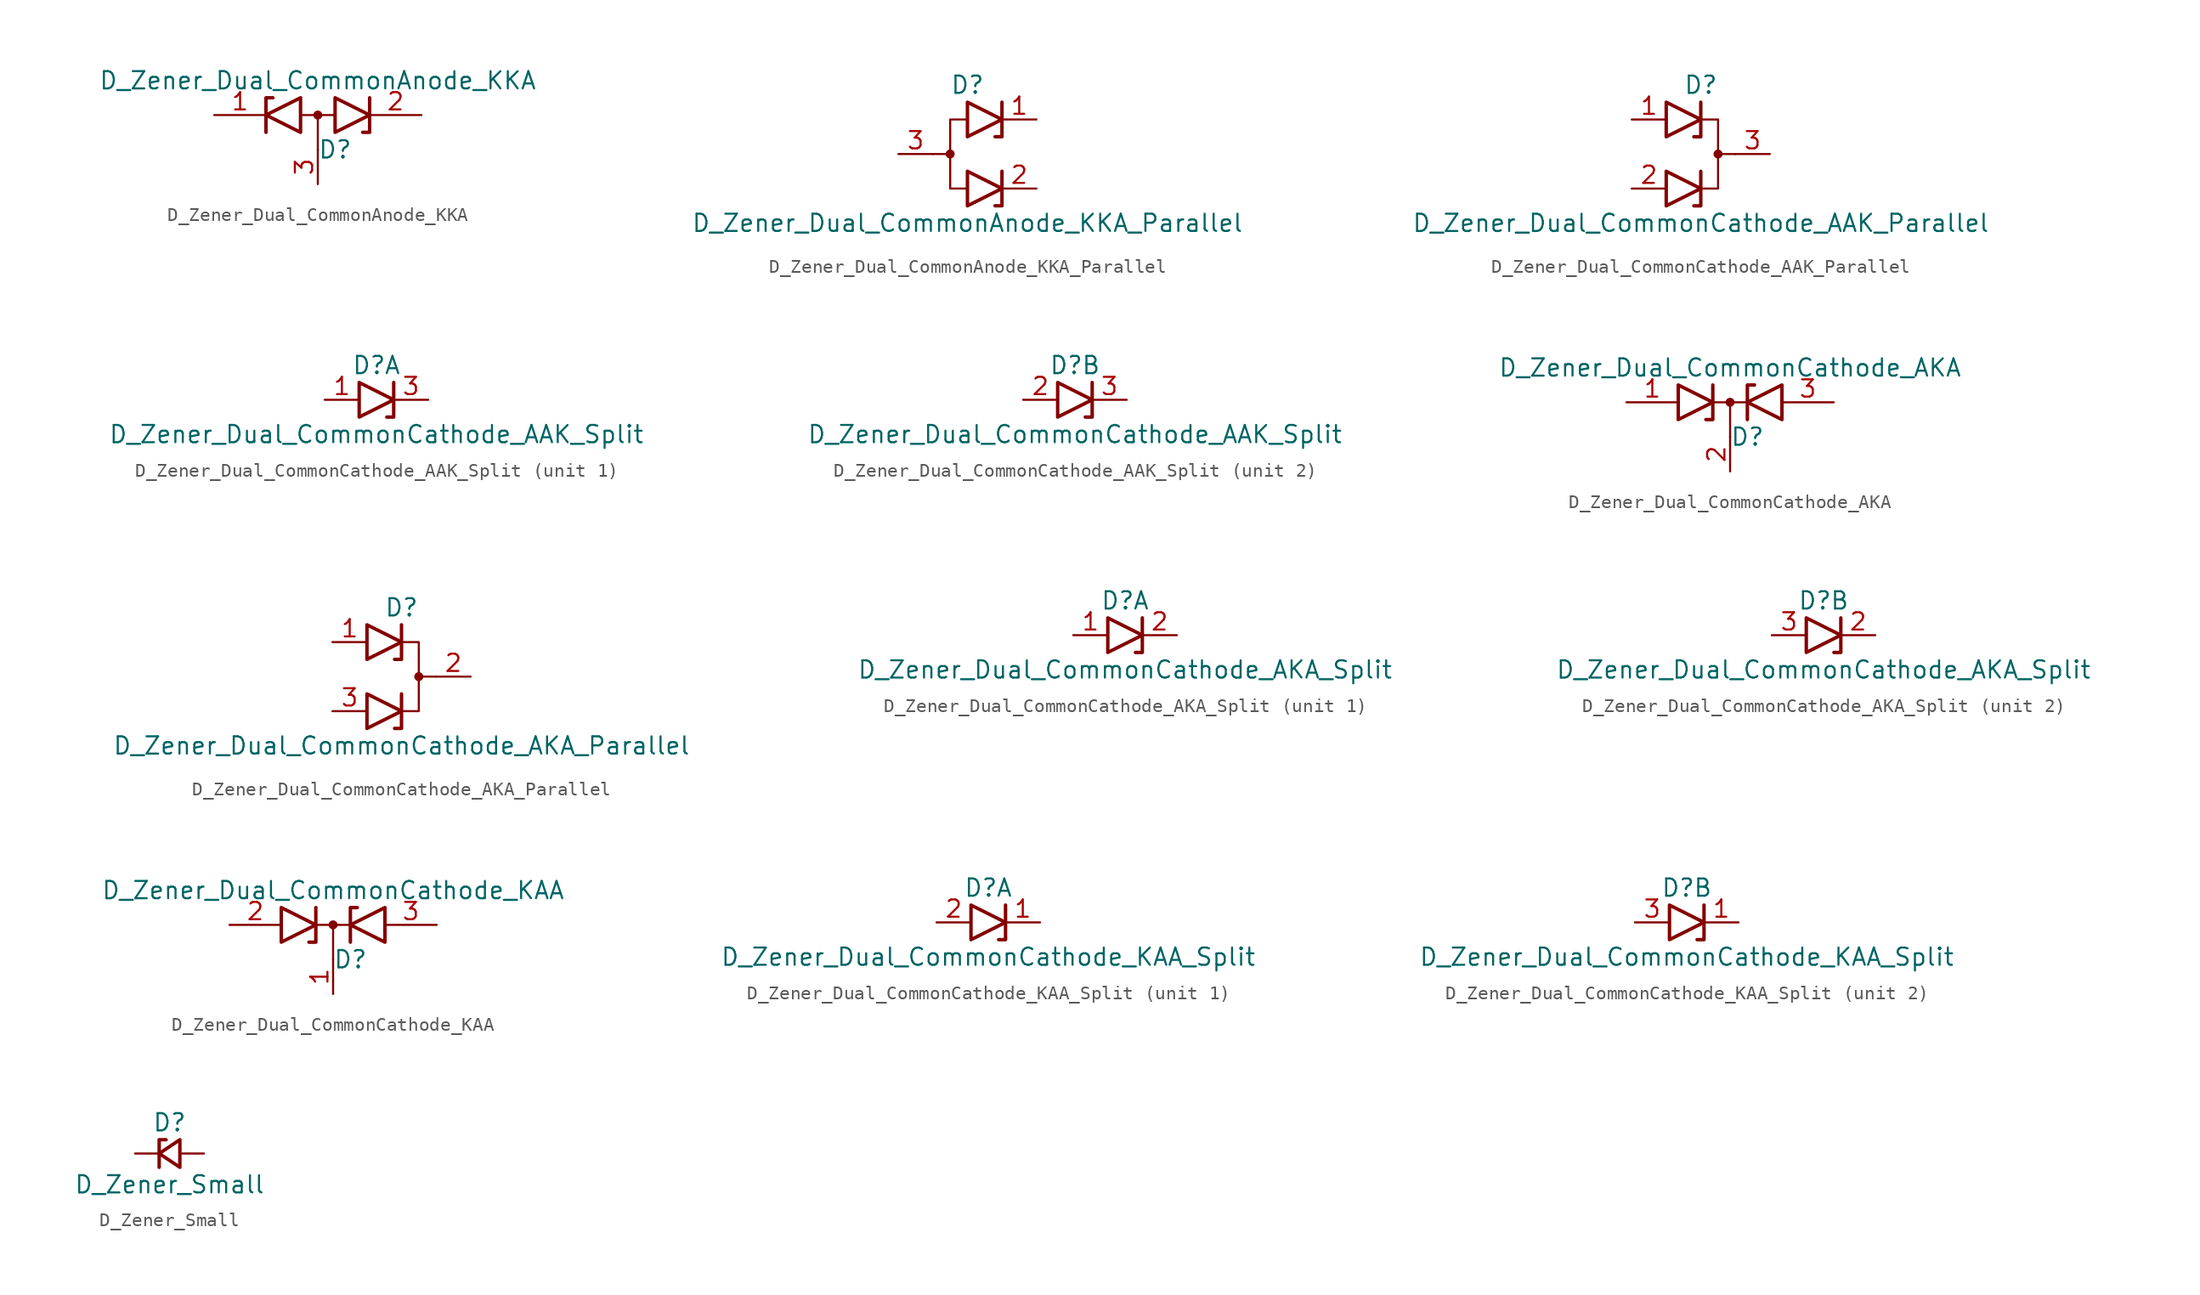
<source format=kicad_sym>
(kicad_symbol_lib
  (version 20241209)
  (generator "kicad_symbol_editor")
  (generator_version "9.0")
  (symbol "D_Zener_Dual_CommonAnode_KKA"
    (pin_names
      (offset 0.762)
      (hide yes))
    (property "Reference" "D"
      (at 1.27 -2.54 0)
      (effects (font (size 1.27 1.27))))
    (property "Value" "D_Zener_Dual_CommonAnode_KKA"
      (at 0 2.54 0)
      (effects (font (size 1.27 1.27))))
    (symbol "D_Zener_Dual_CommonAnode_KKA_0_1"
      (polyline (pts (xy -3.81 -1.27) (xy -3.81 1.27) (xy -3.302 1.27)) (stroke (width 0.254) (type default)) (fill (type none)))
      (polyline (pts (xy -1.27 0) (xy 1.27 0)) (stroke (width 0) (type default)) (fill (type none)))
      (polyline (pts (xy -1.27 -1.27) (xy -3.81 0) (xy -1.27 1.27) (xy -1.27 -1.27) (xy -1.27 -1.27) (xy -1.27 -1.27)) (stroke (width 0.254) (type default)) (fill (type none)))
      (polyline (pts (xy 0 0) (xy 0 -2.54)) (stroke (width 0) (type default)) (fill (type none)))
      (circle (center 0 0) (radius 0.254) (stroke (width 0) (type default)) (fill (type outline)))
      (polyline (pts (xy 1.27 1.27) (xy 3.81 0) (xy 1.27 -1.27) (xy 1.27 1.27) (xy 1.27 1.27) (xy 1.27 1.27)) (stroke (width 0.254) (type default)) (fill (type none)))
      (polyline (pts (xy 3.302 -1.27) (xy 3.81 -1.27) (xy 3.81 1.27)) (stroke (width 0.254) (type default)) (fill (type none)))
      (pin passive line (at -7.62 0 0) (length 3.81) (name "K" (effects (font (size 1.27 1.27)))) (number "1" (effects (font (size 1.27 1.27)))))
      (pin passive line (at 0 -5.08 90) (length 2.54) (name "A" (effects (font (size 1.27 1.27)))) (number "3" (effects (font (size 1.27 1.27)))))
      (pin passive line (at 7.62 0 180) (length 3.81) (name "K" (effects (font (size 1.27 1.27)))) (number "2" (effects (font (size 1.27 1.27)))))))
  (symbol "D_Zener_Dual_CommonAnode_KKA_Parallel"
    (pin_names
      (offset 0.762)
      (hide yes))
    (property "Reference" "D"
      (at 0 5.08 0)
      (effects (font (size 1.27 1.27))))
    (property "Value" "D_Zener_Dual_CommonAnode_KKA_Parallel"
      (at 0 -5.08 0)
      (effects (font (size 1.27 1.27))))
    (symbol "D_Zener_Dual_CommonAnode_KKA_Parallel_0_0"
      (polyline (pts (xy 2.032 1.27) (xy 2.54 1.27) (xy 2.54 3.81)) (stroke (width 0.254) (type default)) (fill (type none)))
      (polyline (pts (xy 2.54 -1.27) (xy 2.54 -3.81) (xy 2.032 -3.81)) (stroke (width 0.254) (type default)) (fill (type none))))
    (symbol "D_Zener_Dual_CommonAnode_KKA_Parallel_0_1"
      (circle (center -1.27 0) (radius 0.254) (stroke (width 0) (type default)) (fill (type outline)))
      (polyline (pts (xy -1.27 0) (xy -2.54 0)) (stroke (width 0) (type default)) (fill (type none)))
      (polyline (pts (xy 0 3.81) (xy 2.54 2.54) (xy 0 1.27) (xy 0 3.81) (xy 0 3.81) (xy 0 3.81)) (stroke (width 0.254) (type default)) (fill (type none)))
      (polyline (pts (xy 0 2.54) (xy -1.27 2.54) (xy -1.27 -2.54) (xy 0 -2.54)) (stroke (width 0) (type default)) (fill (type none)))
      (polyline (pts (xy 0 -1.27) (xy 2.54 -2.54) (xy 0 -3.81) (xy 0 -1.27) (xy 0 -1.27) (xy 0 -1.27)) (stroke (width 0.254) (type default)) (fill (type none)))
      (pin passive line (at -5.08 0 0) (length 2.54) (name "A" (effects (font (size 1.27 1.27)))) (number "3" (effects (font (size 1.27 1.27)))))
      (pin passive line (at 5.08 2.54 180) (length 2.54) (name "K" (effects (font (size 1.27 1.27)))) (number "1" (effects (font (size 1.27 1.27)))))
      (pin passive line (at 5.08 -2.54 180) (length 2.54) (name "K" (effects (font (size 1.27 1.27)))) (number "2" (effects (font (size 1.27 1.27)))))))
  (symbol "D_Zener_Dual_CommonCathode_AAK_Parallel"
    (pin_names
      (offset 0.762)
      (hide yes))
    (property "Reference" "D"
      (at 0 5.08 0)
      (effects (font (size 1.27 1.27))))
    (property "Value" "D_Zener_Dual_CommonCathode_AAK_Parallel"
      (at 0 -5.08 0)
      (effects (font (size 1.27 1.27))))
    (symbol "D_Zener_Dual_CommonCathode_AAK_Parallel_0_0"
      (polyline (pts (xy 0 3.81) (xy 0 1.27) (xy -0.508 1.27)) (stroke (width 0.254) (type default)) (fill (type none)))
      (polyline (pts (xy 0 -1.27) (xy 0 -3.81) (xy -0.508 -3.81)) (stroke (width 0.254) (type default)) (fill (type none))))
    (symbol "D_Zener_Dual_CommonCathode_AAK_Parallel_0_1"
      (polyline (pts (xy -2.54 3.81) (xy 0 2.54) (xy -2.54 1.27) (xy -2.54 3.81) (xy -2.54 3.81) (xy -2.54 3.81)) (stroke (width 0.254) (type default)) (fill (type none)))
      (polyline (pts (xy -2.54 -1.27) (xy 0 -2.54) (xy -2.54 -3.81) (xy -2.54 -1.27) (xy -2.54 -1.27) (xy -2.54 -1.27)) (stroke (width 0.254) (type default)) (fill (type none)))
      (polyline (pts (xy 0 -2.54) (xy 1.27 -2.54) (xy 1.27 2.54) (xy 0 2.54)) (stroke (width 0) (type default)) (fill (type none)))
      (polyline (pts (xy 1.27 0) (xy 2.54 0)) (stroke (width 0) (type default)) (fill (type none)))
      (circle (center 1.27 0) (radius 0.254) (stroke (width 0) (type default)) (fill (type outline)))
      (pin passive line (at -5.08 2.54 0) (length 2.54) (name "A" (effects (font (size 1.27 1.27)))) (number "1" (effects (font (size 1.27 1.27)))))
      (pin passive line (at -5.08 -2.54 0) (length 2.54) (name "A" (effects (font (size 1.27 1.27)))) (number "2" (effects (font (size 1.27 1.27)))))
      (pin passive line (at 5.08 0 180) (length 2.54) (name "K" (effects (font (size 1.27 1.27)))) (number "3" (effects (font (size 1.27 1.27)))))))
  (symbol "D_Zener_Dual_CommonCathode_AAK_Split"
    (pin_names
      (offset 0.762)
      (hide yes))
    (property "Reference" "D"
      (at 0 2.54 0)
      (effects (font (size 1.27 1.27))))
    (property "Value" "D_Zener_Dual_CommonCathode_AAK_Split"
      (at 0 -2.54 0)
      (effects (font (size 1.27 1.27))))
    (property "ki_locked" ""
      (at 0 0 0)
      (effects (font (size 1.27 1.27))))
    (symbol "D_Zener_Dual_CommonCathode_AAK_Split_0_0"
      (polyline (pts (xy 1.27 1.27) (xy 1.27 -1.27) (xy 0.762 -1.27)) (stroke (width 0.254) (type default)) (fill (type none))))
    (symbol "D_Zener_Dual_CommonCathode_AAK_Split_0_1"
      (polyline (pts (xy -1.27 1.27) (xy 1.27 0) (xy -1.27 -1.27) (xy -1.27 1.27) (xy -1.27 1.27) (xy -1.27 1.27)) (stroke (width 0.254) (type default)) (fill (type none)))
      (pin passive line (at 3.81 0 180) (length 2.54) (name "K" (effects (font (size 1.27 1.27)))) (number "3" (effects (font (size 1.27 1.27))))))
    (symbol "D_Zener_Dual_CommonCathode_AAK_Split_1_1"
      (pin passive line (at -3.81 0 0) (length 2.54) (name "A" (effects (font (size 1.27 1.27)))) (number "1" (effects (font (size 1.27 1.27))))))
    (symbol "D_Zener_Dual_CommonCathode_AAK_Split_2_1"
      (pin passive line (at -3.81 0 0) (length 2.54) (name "A" (effects (font (size 1.27 1.27)))) (number "2" (effects (font (size 1.27 1.27)))))))
  (symbol "D_Zener_Dual_CommonCathode_AKA"
    (pin_names
      (offset 0.762)
      (hide yes))
    (property "Reference" "D"
      (at 1.27 -2.54 0)
      (effects (font (size 1.27 1.27))))
    (property "Value" "D_Zener_Dual_CommonCathode_AKA"
      (at 0 2.54 0)
      (effects (font (size 1.27 1.27))))
    (symbol "D_Zener_Dual_CommonCathode_AKA_0_1"
      (polyline (pts (xy -3.81 1.27) (xy -1.27 0) (xy -3.81 -1.27) (xy -3.81 1.27) (xy -3.81 1.27) (xy -3.81 1.27)) (stroke (width 0.254) (type default)) (fill (type none)))
      (polyline (pts (xy -1.778 -1.27) (xy -1.27 -1.27) (xy -1.27 1.27)) (stroke (width 0.254) (type default)) (fill (type none)))
      (polyline (pts (xy 0 0) (xy 0 -2.54)) (stroke (width 0) (type default)) (fill (type none)))
      (circle (center 0 0) (radius 0.254) (stroke (width 0) (type default)) (fill (type outline)))
      (polyline (pts (xy 1.27 0) (xy -1.27 0)) (stroke (width 0) (type default)) (fill (type none)))
      (polyline (pts (xy 1.27 -1.27) (xy 1.27 1.27) (xy 1.778 1.27)) (stroke (width 0.254) (type default)) (fill (type none)))
      (polyline (pts (xy 1.778 1.27) (xy 1.778 1.27)) (stroke (width 0.254) (type default)) (fill (type none)))
      (polyline (pts (xy 3.81 -1.27) (xy 1.27 0) (xy 3.81 1.27) (xy 3.81 -1.27) (xy 3.81 -1.27) (xy 3.81 -1.27)) (stroke (width 0.254) (type default)) (fill (type none)))
      (pin passive line (at -7.62 0 0) (length 3.81) (name "A" (effects (font (size 1.27 1.27)))) (number "1" (effects (font (size 1.27 1.27)))))
      (pin passive line (at 0 -5.08 90) (length 2.54) (name "K" (effects (font (size 1.27 1.27)))) (number "2" (effects (font (size 1.27 1.27)))))
      (pin passive line (at 7.62 0 180) (length 3.81) (name "A" (effects (font (size 1.27 1.27)))) (number "3" (effects (font (size 1.27 1.27)))))))
  (symbol "D_Zener_Dual_CommonCathode_AKA_Parallel"
    (pin_names
      (offset 0.762)
      (hide yes))
    (property "Reference" "D"
      (at 0 5.08 0)
      (effects (font (size 1.27 1.27))))
    (property "Value" "D_Zener_Dual_CommonCathode_AKA_Parallel"
      (at 0 -5.08 0)
      (effects (font (size 1.27 1.27))))
    (symbol "D_Zener_Dual_CommonCathode_AKA_Parallel_0_0"
      (polyline (pts (xy 0 3.81) (xy 0 1.27) (xy -0.508 1.27)) (stroke (width 0.254) (type default)) (fill (type none)))
      (polyline (pts (xy 0 -1.27) (xy 0 -3.81) (xy -0.508 -3.81)) (stroke (width 0.254) (type default)) (fill (type none))))
    (symbol "D_Zener_Dual_CommonCathode_AKA_Parallel_0_1"
      (polyline (pts (xy -2.54 3.81) (xy 0 2.54) (xy -2.54 1.27) (xy -2.54 3.81) (xy -2.54 3.81) (xy -2.54 3.81)) (stroke (width 0.254) (type default)) (fill (type none)))
      (polyline (pts (xy -2.54 -1.27) (xy 0 -2.54) (xy -2.54 -3.81) (xy -2.54 -1.27) (xy -2.54 -1.27) (xy -2.54 -1.27)) (stroke (width 0.254) (type default)) (fill (type none)))
      (polyline (pts (xy 0 -2.54) (xy 1.27 -2.54) (xy 1.27 2.54) (xy 0 2.54)) (stroke (width 0) (type default)) (fill (type none)))
      (polyline (pts (xy 1.27 0) (xy 2.54 0)) (stroke (width 0) (type default)) (fill (type none)))
      (circle (center 1.27 0) (radius 0.254) (stroke (width 0) (type default)) (fill (type outline)))
      (pin passive line (at -5.08 2.54 0) (length 2.54) (name "A" (effects (font (size 1.27 1.27)))) (number "1" (effects (font (size 1.27 1.27)))))
      (pin passive line (at -5.08 -2.54 0) (length 2.54) (name "A" (effects (font (size 1.27 1.27)))) (number "3" (effects (font (size 1.27 1.27)))))
      (pin passive line (at 5.08 0 180) (length 2.54) (name "K" (effects (font (size 1.27 1.27)))) (number "2" (effects (font (size 1.27 1.27)))))))
  (symbol "D_Zener_Dual_CommonCathode_AKA_Split"
    (pin_names
      (offset 0.762)
      (hide yes))
    (property "Reference" "D"
      (at 0 2.54 0)
      (effects (font (size 1.27 1.27))))
    (property "Value" "D_Zener_Dual_CommonCathode_AKA_Split"
      (at 0 -2.54 0)
      (effects (font (size 1.27 1.27))))
    (property "ki_locked" ""
      (at 0 0 0)
      (effects (font (size 1.27 1.27))))
    (symbol "D_Zener_Dual_CommonCathode_AKA_Split_0_0"
      (polyline (pts (xy 1.27 1.27) (xy 1.27 -1.27) (xy 0.762 -1.27)) (stroke (width 0.254) (type default)) (fill (type none))))
    (symbol "D_Zener_Dual_CommonCathode_AKA_Split_0_1"
      (polyline (pts (xy -1.27 1.27) (xy 1.27 0) (xy -1.27 -1.27) (xy -1.27 1.27) (xy -1.27 1.27) (xy -1.27 1.27)) (stroke (width 0.254) (type default)) (fill (type none)))
      (pin passive line (at 3.81 0 180) (length 2.54) (name "K" (effects (font (size 1.27 1.27)))) (number "2" (effects (font (size 1.27 1.27))))))
    (symbol "D_Zener_Dual_CommonCathode_AKA_Split_1_1"
      (pin passive line (at -3.81 0 0) (length 2.54) (name "A" (effects (font (size 1.27 1.27)))) (number "1" (effects (font (size 1.27 1.27))))))
    (symbol "D_Zener_Dual_CommonCathode_AKA_Split_2_1"
      (pin passive line (at -3.81 0 0) (length 2.54) (name "A" (effects (font (size 1.27 1.27)))) (number "3" (effects (font (size 1.27 1.27)))))))
  (symbol "D_Zener_Dual_CommonCathode_KAA"
    (pin_names
      (offset 0.762)
      (hide yes))
    (property "Reference" "D"
      (at 1.27 -2.54 0)
      (effects (font (size 1.27 1.27))))
    (property "Value" "D_Zener_Dual_CommonCathode_KAA"
      (at 0 2.54 0)
      (effects (font (size 1.27 1.27))))
    (symbol "D_Zener_Dual_CommonCathode_KAA_0_1"
      (polyline (pts (xy -3.81 1.27) (xy -1.27 0) (xy -3.81 -1.27) (xy -3.81 1.27) (xy -3.81 1.27) (xy -3.81 1.27)) (stroke (width 0.254) (type default)) (fill (type none)))
      (polyline (pts (xy -1.27 1.27) (xy -1.27 -1.27) (xy -1.778 -1.27)) (stroke (width 0.254) (type default)) (fill (type none)))
      (polyline (pts (xy -1.27 0) (xy 1.27 0)) (stroke (width 0) (type default)) (fill (type none)))
      (polyline (pts (xy 0 0) (xy 0 -2.54)) (stroke (width 0) (type default)) (fill (type none)))
      (circle (center 0 0) (radius 0.254) (stroke (width 0) (type default)) (fill (type outline)))
      (polyline (pts (xy 1.27 -1.27) (xy 1.27 1.27) (xy 1.778 1.27)) (stroke (width 0.254) (type default)) (fill (type none)))
      (polyline (pts (xy 3.81 -1.27) (xy 1.27 0) (xy 3.81 1.27) (xy 3.81 -1.27) (xy 3.81 -1.27) (xy 3.81 -1.27)) (stroke (width 0.254) (type default)) (fill (type none)))
      (pin passive line (at -7.62 0 0) (length 3.81) (name "A" (effects (font (size 1.27 1.27)))) (number "2" (effects (font (size 1.27 1.27)))))
      (pin passive line (at 0 -5.08 90) (length 2.54) (name "K" (effects (font (size 1.27 1.27)))) (number "1" (effects (font (size 1.27 1.27)))))
      (pin passive line (at 7.62 0 180) (length 3.81) (name "A" (effects (font (size 1.27 1.27)))) (number "3" (effects (font (size 1.27 1.27)))))))
  (symbol "D_Zener_Dual_CommonCathode_KAA_Split"
    (pin_names
      (offset 0.762)
      (hide yes))
    (property "Reference" "D"
      (at 0 2.54 0)
      (effects (font (size 1.27 1.27))))
    (property "Value" "D_Zener_Dual_CommonCathode_KAA_Split"
      (at 0 -2.54 0)
      (effects (font (size 1.27 1.27))))
    (property "ki_locked" ""
      (at 0 0 0)
      (effects (font (size 1.27 1.27))))
    (symbol "D_Zener_Dual_CommonCathode_KAA_Split_0_0"
      (polyline (pts (xy 1.27 1.27) (xy 1.27 -1.27) (xy 0.762 -1.27)) (stroke (width 0.254) (type default)) (fill (type none))))
    (symbol "D_Zener_Dual_CommonCathode_KAA_Split_0_1"
      (polyline (pts (xy -1.27 1.27) (xy 1.27 0) (xy -1.27 -1.27) (xy -1.27 1.27) (xy -1.27 1.27) (xy -1.27 1.27)) (stroke (width 0.254) (type default)) (fill (type none)))
      (pin passive line (at 3.81 0 180) (length 2.54) (name "K" (effects (font (size 1.27 1.27)))) (number "1" (effects (font (size 1.27 1.27))))))
    (symbol "D_Zener_Dual_CommonCathode_KAA_Split_1_1"
      (pin passive line (at -3.81 0 0) (length 2.54) (name "A" (effects (font (size 1.27 1.27)))) (number "2" (effects (font (size 1.27 1.27))))))
    (symbol "D_Zener_Dual_CommonCathode_KAA_Split_2_1"
      (pin passive line (at -3.81 0 0) (length 2.54) (name "K" (effects (font (size 1.27 1.27)))) (number "3" (effects (font (size 1.27 1.27)))))))
  (symbol "D_Zener_Small"
    (pin_numbers
      (hide yes))
    (pin_names
      (offset 0.254)
      (hide yes))
    (property "Reference" "D"
      (at 0 2.286 0)
      (effects (font (size 1.27 1.27))))
    (property "Value" "D_Zener_Small"
      (at 0 -2.286 0)
      (effects (font (size 1.27 1.27))))
    (symbol "D_Zener_Small_0_1"
      (polyline (pts (xy -0.254 1.016) (xy -0.762 1.016) (xy -0.762 -1.016)) (stroke (width 0.254) (type default)) (fill (type none)))
      (polyline (pts (xy 0.762 1.016) (xy -0.762 0) (xy 0.762 -1.016) (xy 0.762 1.016)) (stroke (width 0.254) (type default)) (fill (type none))))
    (symbol "D_Zener_Small_1_1"
      (pin passive line (at -2.54 0 0) (length 1.778) (name "K" (effects (font (size 1.27 1.27)))) (number "1" (effects (font (size 1.27 1.27)))))
      (pin passive line (at 2.54 0 180) (length 1.778) (name "A" (effects (font (size 1.27 1.27)))) (number "2" (effects (font (size 1.27 1.27))))))))
</source>
